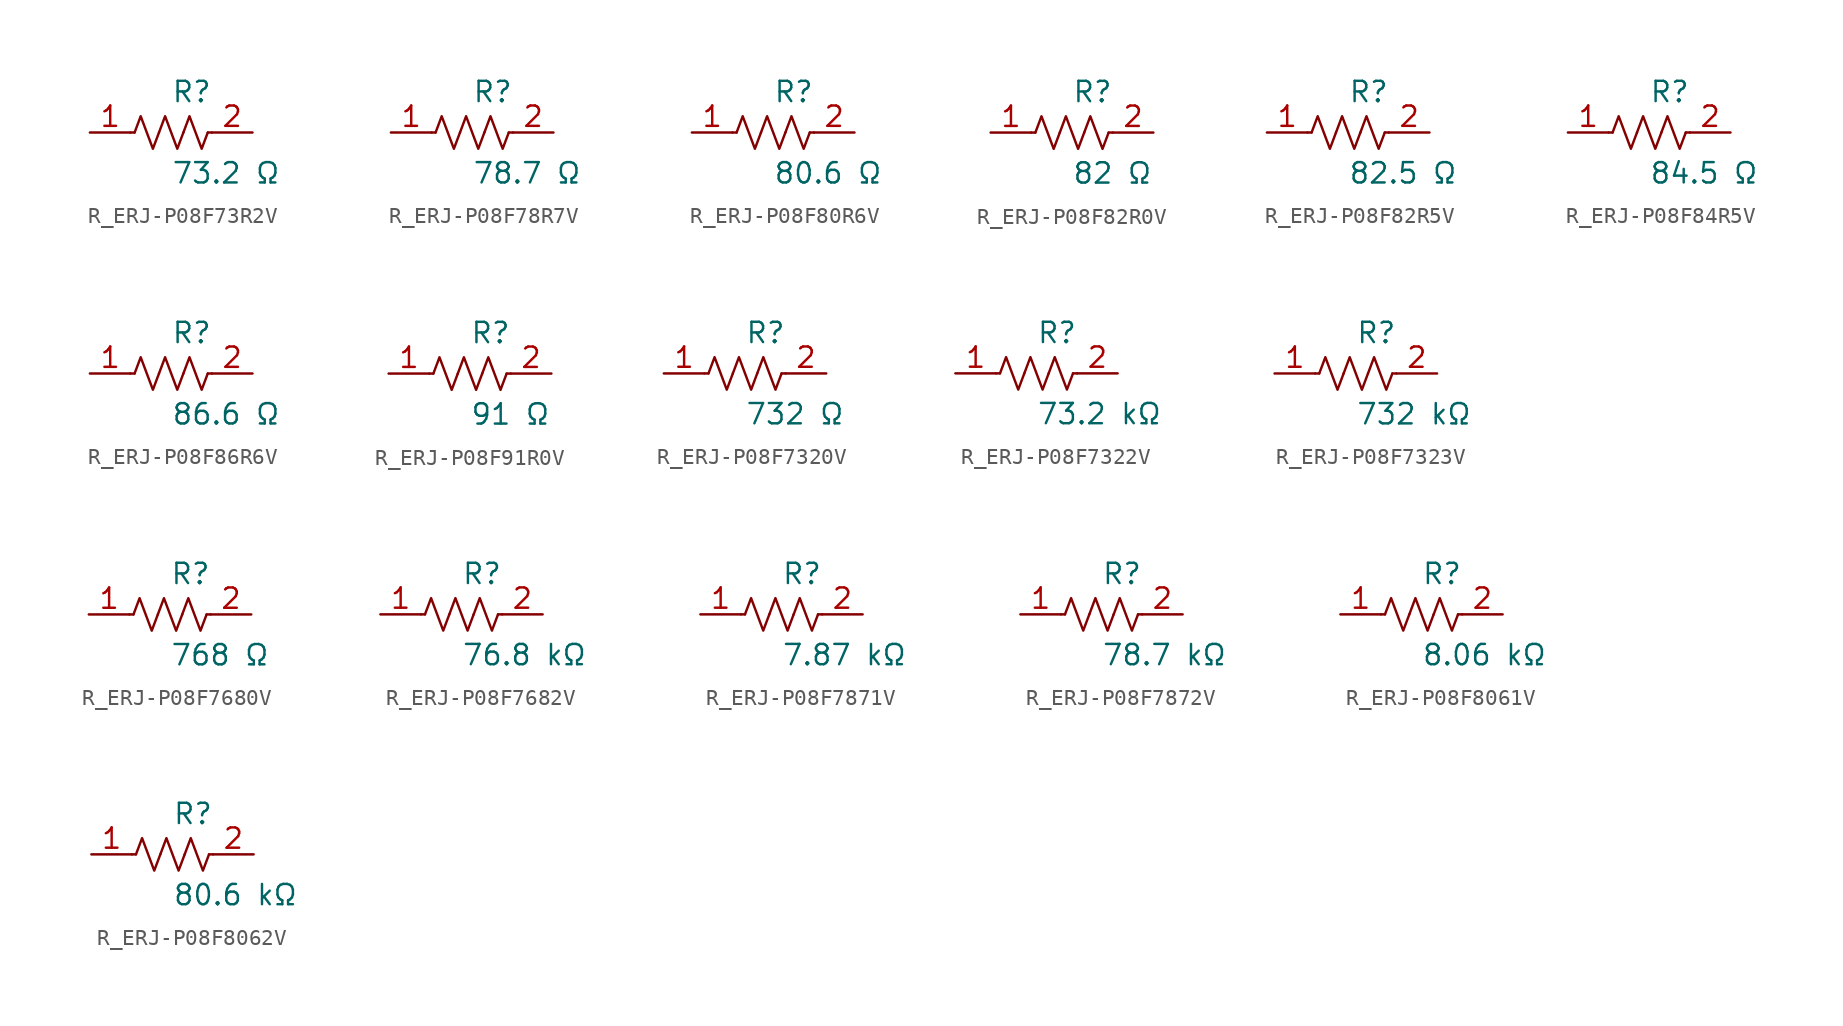
<source format=kicad_sym>
(kicad_symbol_lib
  (version 20231120)
  (generator kicad_symbol_editor)
  (generator_version 8.0)
  (symbol "R_ERJ-P08F73R2V"
    (pin_names
      (offset 0.254))
    (property "Reference" "R"
      (at 0.0 2.54 0)
      (effects (font (size 1.27 1.27)) (justify left)))
    (property "Value" "73.2 Ω"
      (at 0.0 -2.54 0)
      (effects (font (size 1.27 1.27)) (justify left)))
    (symbol "R_ERJ-P08F73R2V_0_1"
      (polyline (pts (xy 2.286 0) (xy 2.54 0)) (stroke (width 0) (type default)) (fill (type none)))
      (polyline (pts (xy -2.286 0) (xy -2.54 0)) (stroke (width 0) (type default)) (fill (type none)))
      (polyline (pts (xy 0.762 0) (xy 1.143 1.016) (xy 1.524 0) (xy 1.905 -1.016) (xy 2.286 0)) (stroke (width 0) (type default)) (fill (type none)))
      (polyline (pts (xy -0.762 0) (xy -0.381 1.016) (xy 0 0) (xy 0.381 -1.016) (xy 0.762 0)) (stroke (width 0) (type default)) (fill (type none)))
      (polyline (pts (xy -2.286 0) (xy -1.905 1.016) (xy -1.524 0) (xy -1.143 -1.016) (xy -0.762 0)) (stroke (width 0) (type default)) (fill (type none))))
    (pin unspecified line
      (at -5.08 0 0)
      (length 2.54)
      (name "" (effects (font (size 1.27 1.27))))
      (number "1" (effects (font (size 1.27 1.27)))))
    (pin unspecified line
      (at 5.08 0 180)
      (length 2.54)
      (name "" (effects (font (size 1.27 1.27))))
      (number "2" (effects (font (size 1.27 1.27))))))
  (symbol "R_ERJ-P08F78R7V"
    (pin_names
      (offset 0.254))
    (property "Reference" "R"
      (at 0.0 2.54 0)
      (effects (font (size 1.27 1.27)) (justify left)))
    (property "Value" "78.7 Ω"
      (at 0.0 -2.54 0)
      (effects (font (size 1.27 1.27)) (justify left)))
    (symbol "R_ERJ-P08F78R7V_0_1"
      (polyline (pts (xy 2.286 0) (xy 2.54 0)) (stroke (width 0) (type default)) (fill (type none)))
      (polyline (pts (xy -2.286 0) (xy -2.54 0)) (stroke (width 0) (type default)) (fill (type none)))
      (polyline (pts (xy 0.762 0) (xy 1.143 1.016) (xy 1.524 0) (xy 1.905 -1.016) (xy 2.286 0)) (stroke (width 0) (type default)) (fill (type none)))
      (polyline (pts (xy -0.762 0) (xy -0.381 1.016) (xy 0 0) (xy 0.381 -1.016) (xy 0.762 0)) (stroke (width 0) (type default)) (fill (type none)))
      (polyline (pts (xy -2.286 0) (xy -1.905 1.016) (xy -1.524 0) (xy -1.143 -1.016) (xy -0.762 0)) (stroke (width 0) (type default)) (fill (type none))))
    (pin unspecified line
      (at -5.08 0 0)
      (length 2.54)
      (name "" (effects (font (size 1.27 1.27))))
      (number "1" (effects (font (size 1.27 1.27)))))
    (pin unspecified line
      (at 5.08 0 180)
      (length 2.54)
      (name "" (effects (font (size 1.27 1.27))))
      (number "2" (effects (font (size 1.27 1.27))))))
  (symbol "R_ERJ-P08F80R6V"
    (pin_names
      (offset 0.254))
    (property "Reference" "R"
      (at 0.0 2.54 0)
      (effects (font (size 1.27 1.27)) (justify left)))
    (property "Value" "80.6 Ω"
      (at 0.0 -2.54 0)
      (effects (font (size 1.27 1.27)) (justify left)))
    (symbol "R_ERJ-P08F80R6V_0_1"
      (polyline (pts (xy 2.286 0) (xy 2.54 0)) (stroke (width 0) (type default)) (fill (type none)))
      (polyline (pts (xy -2.286 0) (xy -2.54 0)) (stroke (width 0) (type default)) (fill (type none)))
      (polyline (pts (xy 0.762 0) (xy 1.143 1.016) (xy 1.524 0) (xy 1.905 -1.016) (xy 2.286 0)) (stroke (width 0) (type default)) (fill (type none)))
      (polyline (pts (xy -0.762 0) (xy -0.381 1.016) (xy 0 0) (xy 0.381 -1.016) (xy 0.762 0)) (stroke (width 0) (type default)) (fill (type none)))
      (polyline (pts (xy -2.286 0) (xy -1.905 1.016) (xy -1.524 0) (xy -1.143 -1.016) (xy -0.762 0)) (stroke (width 0) (type default)) (fill (type none))))
    (pin unspecified line
      (at -5.08 0 0)
      (length 2.54)
      (name "" (effects (font (size 1.27 1.27))))
      (number "1" (effects (font (size 1.27 1.27)))))
    (pin unspecified line
      (at 5.08 0 180)
      (length 2.54)
      (name "" (effects (font (size 1.27 1.27))))
      (number "2" (effects (font (size 1.27 1.27))))))
  (symbol "R_ERJ-P08F82R0V"
    (pin_names
      (offset 0.254))
    (property "Reference" "R"
      (at 0.0 2.54 0)
      (effects (font (size 1.27 1.27)) (justify left)))
    (property "Value" "82 Ω"
      (at 0.0 -2.54 0)
      (effects (font (size 1.27 1.27)) (justify left)))
    (symbol "R_ERJ-P08F82R0V_0_1"
      (polyline (pts (xy 2.286 0) (xy 2.54 0)) (stroke (width 0) (type default)) (fill (type none)))
      (polyline (pts (xy -2.286 0) (xy -2.54 0)) (stroke (width 0) (type default)) (fill (type none)))
      (polyline (pts (xy 0.762 0) (xy 1.143 1.016) (xy 1.524 0) (xy 1.905 -1.016) (xy 2.286 0)) (stroke (width 0) (type default)) (fill (type none)))
      (polyline (pts (xy -0.762 0) (xy -0.381 1.016) (xy 0 0) (xy 0.381 -1.016) (xy 0.762 0)) (stroke (width 0) (type default)) (fill (type none)))
      (polyline (pts (xy -2.286 0) (xy -1.905 1.016) (xy -1.524 0) (xy -1.143 -1.016) (xy -0.762 0)) (stroke (width 0) (type default)) (fill (type none))))
    (pin unspecified line
      (at -5.08 0 0)
      (length 2.54)
      (name "" (effects (font (size 1.27 1.27))))
      (number "1" (effects (font (size 1.27 1.27)))))
    (pin unspecified line
      (at 5.08 0 180)
      (length 2.54)
      (name "" (effects (font (size 1.27 1.27))))
      (number "2" (effects (font (size 1.27 1.27))))))
  (symbol "R_ERJ-P08F82R5V"
    (pin_names
      (offset 0.254))
    (property "Reference" "R"
      (at 0.0 2.54 0)
      (effects (font (size 1.27 1.27)) (justify left)))
    (property "Value" "82.5 Ω"
      (at 0.0 -2.54 0)
      (effects (font (size 1.27 1.27)) (justify left)))
    (symbol "R_ERJ-P08F82R5V_0_1"
      (polyline (pts (xy 2.286 0) (xy 2.54 0)) (stroke (width 0) (type default)) (fill (type none)))
      (polyline (pts (xy -2.286 0) (xy -2.54 0)) (stroke (width 0) (type default)) (fill (type none)))
      (polyline (pts (xy 0.762 0) (xy 1.143 1.016) (xy 1.524 0) (xy 1.905 -1.016) (xy 2.286 0)) (stroke (width 0) (type default)) (fill (type none)))
      (polyline (pts (xy -0.762 0) (xy -0.381 1.016) (xy 0 0) (xy 0.381 -1.016) (xy 0.762 0)) (stroke (width 0) (type default)) (fill (type none)))
      (polyline (pts (xy -2.286 0) (xy -1.905 1.016) (xy -1.524 0) (xy -1.143 -1.016) (xy -0.762 0)) (stroke (width 0) (type default)) (fill (type none))))
    (pin unspecified line
      (at -5.08 0 0)
      (length 2.54)
      (name "" (effects (font (size 1.27 1.27))))
      (number "1" (effects (font (size 1.27 1.27)))))
    (pin unspecified line
      (at 5.08 0 180)
      (length 2.54)
      (name "" (effects (font (size 1.27 1.27))))
      (number "2" (effects (font (size 1.27 1.27))))))
  (symbol "R_ERJ-P08F84R5V"
    (pin_names
      (offset 0.254))
    (property "Reference" "R"
      (at 0.0 2.54 0)
      (effects (font (size 1.27 1.27)) (justify left)))
    (property "Value" "84.5 Ω"
      (at 0.0 -2.54 0)
      (effects (font (size 1.27 1.27)) (justify left)))
    (symbol "R_ERJ-P08F84R5V_0_1"
      (polyline (pts (xy 2.286 0) (xy 2.54 0)) (stroke (width 0) (type default)) (fill (type none)))
      (polyline (pts (xy -2.286 0) (xy -2.54 0)) (stroke (width 0) (type default)) (fill (type none)))
      (polyline (pts (xy 0.762 0) (xy 1.143 1.016) (xy 1.524 0) (xy 1.905 -1.016) (xy 2.286 0)) (stroke (width 0) (type default)) (fill (type none)))
      (polyline (pts (xy -0.762 0) (xy -0.381 1.016) (xy 0 0) (xy 0.381 -1.016) (xy 0.762 0)) (stroke (width 0) (type default)) (fill (type none)))
      (polyline (pts (xy -2.286 0) (xy -1.905 1.016) (xy -1.524 0) (xy -1.143 -1.016) (xy -0.762 0)) (stroke (width 0) (type default)) (fill (type none))))
    (pin unspecified line
      (at -5.08 0 0)
      (length 2.54)
      (name "" (effects (font (size 1.27 1.27))))
      (number "1" (effects (font (size 1.27 1.27)))))
    (pin unspecified line
      (at 5.08 0 180)
      (length 2.54)
      (name "" (effects (font (size 1.27 1.27))))
      (number "2" (effects (font (size 1.27 1.27))))))
  (symbol "R_ERJ-P08F86R6V"
    (pin_names
      (offset 0.254))
    (property "Reference" "R"
      (at 0.0 2.54 0)
      (effects (font (size 1.27 1.27)) (justify left)))
    (property "Value" "86.6 Ω"
      (at 0.0 -2.54 0)
      (effects (font (size 1.27 1.27)) (justify left)))
    (symbol "R_ERJ-P08F86R6V_0_1"
      (polyline (pts (xy 2.286 0) (xy 2.54 0)) (stroke (width 0) (type default)) (fill (type none)))
      (polyline (pts (xy -2.286 0) (xy -2.54 0)) (stroke (width 0) (type default)) (fill (type none)))
      (polyline (pts (xy 0.762 0) (xy 1.143 1.016) (xy 1.524 0) (xy 1.905 -1.016) (xy 2.286 0)) (stroke (width 0) (type default)) (fill (type none)))
      (polyline (pts (xy -0.762 0) (xy -0.381 1.016) (xy 0 0) (xy 0.381 -1.016) (xy 0.762 0)) (stroke (width 0) (type default)) (fill (type none)))
      (polyline (pts (xy -2.286 0) (xy -1.905 1.016) (xy -1.524 0) (xy -1.143 -1.016) (xy -0.762 0)) (stroke (width 0) (type default)) (fill (type none))))
    (pin unspecified line
      (at -5.08 0 0)
      (length 2.54)
      (name "" (effects (font (size 1.27 1.27))))
      (number "1" (effects (font (size 1.27 1.27)))))
    (pin unspecified line
      (at 5.08 0 180)
      (length 2.54)
      (name "" (effects (font (size 1.27 1.27))))
      (number "2" (effects (font (size 1.27 1.27))))))
  (symbol "R_ERJ-P08F91R0V"
    (pin_names
      (offset 0.254))
    (property "Reference" "R"
      (at 0.0 2.54 0)
      (effects (font (size 1.27 1.27)) (justify left)))
    (property "Value" "91 Ω"
      (at 0.0 -2.54 0)
      (effects (font (size 1.27 1.27)) (justify left)))
    (symbol "R_ERJ-P08F91R0V_0_1"
      (polyline (pts (xy 2.286 0) (xy 2.54 0)) (stroke (width 0) (type default)) (fill (type none)))
      (polyline (pts (xy -2.286 0) (xy -2.54 0)) (stroke (width 0) (type default)) (fill (type none)))
      (polyline (pts (xy 0.762 0) (xy 1.143 1.016) (xy 1.524 0) (xy 1.905 -1.016) (xy 2.286 0)) (stroke (width 0) (type default)) (fill (type none)))
      (polyline (pts (xy -0.762 0) (xy -0.381 1.016) (xy 0 0) (xy 0.381 -1.016) (xy 0.762 0)) (stroke (width 0) (type default)) (fill (type none)))
      (polyline (pts (xy -2.286 0) (xy -1.905 1.016) (xy -1.524 0) (xy -1.143 -1.016) (xy -0.762 0)) (stroke (width 0) (type default)) (fill (type none))))
    (pin unspecified line
      (at -5.08 0 0)
      (length 2.54)
      (name "" (effects (font (size 1.27 1.27))))
      (number "1" (effects (font (size 1.27 1.27)))))
    (pin unspecified line
      (at 5.08 0 180)
      (length 2.54)
      (name "" (effects (font (size 1.27 1.27))))
      (number "2" (effects (font (size 1.27 1.27))))))
  (symbol "R_ERJ-P08F7320V"
    (pin_names
      (offset 0.254))
    (property "Reference" "R"
      (at 0.0 2.54 0)
      (effects (font (size 1.27 1.27)) (justify left)))
    (property "Value" "732 Ω"
      (at 0.0 -2.54 0)
      (effects (font (size 1.27 1.27)) (justify left)))
    (symbol "R_ERJ-P08F7320V_0_1"
      (polyline (pts (xy 2.286 0) (xy 2.54 0)) (stroke (width 0) (type default)) (fill (type none)))
      (polyline (pts (xy -2.286 0) (xy -2.54 0)) (stroke (width 0) (type default)) (fill (type none)))
      (polyline (pts (xy 0.762 0) (xy 1.143 1.016) (xy 1.524 0) (xy 1.905 -1.016) (xy 2.286 0)) (stroke (width 0) (type default)) (fill (type none)))
      (polyline (pts (xy -0.762 0) (xy -0.381 1.016) (xy 0 0) (xy 0.381 -1.016) (xy 0.762 0)) (stroke (width 0) (type default)) (fill (type none)))
      (polyline (pts (xy -2.286 0) (xy -1.905 1.016) (xy -1.524 0) (xy -1.143 -1.016) (xy -0.762 0)) (stroke (width 0) (type default)) (fill (type none))))
    (pin unspecified line
      (at -5.08 0 0)
      (length 2.54)
      (name "" (effects (font (size 1.27 1.27))))
      (number "1" (effects (font (size 1.27 1.27)))))
    (pin unspecified line
      (at 5.08 0 180)
      (length 2.54)
      (name "" (effects (font (size 1.27 1.27))))
      (number "2" (effects (font (size 1.27 1.27))))))
  (symbol "R_ERJ-P08F7322V"
    (pin_names
      (offset 0.254))
    (property "Reference" "R"
      (at 0.0 2.54 0)
      (effects (font (size 1.27 1.27)) (justify left)))
    (property "Value" "73.2 kΩ"
      (at 0.0 -2.54 0)
      (effects (font (size 1.27 1.27)) (justify left)))
    (symbol "R_ERJ-P08F7322V_0_1"
      (polyline (pts (xy 2.286 0) (xy 2.54 0)) (stroke (width 0) (type default)) (fill (type none)))
      (polyline (pts (xy -2.286 0) (xy -2.54 0)) (stroke (width 0) (type default)) (fill (type none)))
      (polyline (pts (xy 0.762 0) (xy 1.143 1.016) (xy 1.524 0) (xy 1.905 -1.016) (xy 2.286 0)) (stroke (width 0) (type default)) (fill (type none)))
      (polyline (pts (xy -0.762 0) (xy -0.381 1.016) (xy 0 0) (xy 0.381 -1.016) (xy 0.762 0)) (stroke (width 0) (type default)) (fill (type none)))
      (polyline (pts (xy -2.286 0) (xy -1.905 1.016) (xy -1.524 0) (xy -1.143 -1.016) (xy -0.762 0)) (stroke (width 0) (type default)) (fill (type none))))
    (pin unspecified line
      (at -5.08 0 0)
      (length 2.54)
      (name "" (effects (font (size 1.27 1.27))))
      (number "1" (effects (font (size 1.27 1.27)))))
    (pin unspecified line
      (at 5.08 0 180)
      (length 2.54)
      (name "" (effects (font (size 1.27 1.27))))
      (number "2" (effects (font (size 1.27 1.27))))))
  (symbol "R_ERJ-P08F7323V"
    (pin_names
      (offset 0.254))
    (property "Reference" "R"
      (at 0.0 2.54 0)
      (effects (font (size 1.27 1.27)) (justify left)))
    (property "Value" "732 kΩ"
      (at 0.0 -2.54 0)
      (effects (font (size 1.27 1.27)) (justify left)))
    (symbol "R_ERJ-P08F7323V_0_1"
      (polyline (pts (xy 2.286 0) (xy 2.54 0)) (stroke (width 0) (type default)) (fill (type none)))
      (polyline (pts (xy -2.286 0) (xy -2.54 0)) (stroke (width 0) (type default)) (fill (type none)))
      (polyline (pts (xy 0.762 0) (xy 1.143 1.016) (xy 1.524 0) (xy 1.905 -1.016) (xy 2.286 0)) (stroke (width 0) (type default)) (fill (type none)))
      (polyline (pts (xy -0.762 0) (xy -0.381 1.016) (xy 0 0) (xy 0.381 -1.016) (xy 0.762 0)) (stroke (width 0) (type default)) (fill (type none)))
      (polyline (pts (xy -2.286 0) (xy -1.905 1.016) (xy -1.524 0) (xy -1.143 -1.016) (xy -0.762 0)) (stroke (width 0) (type default)) (fill (type none))))
    (pin unspecified line
      (at -5.08 0 0)
      (length 2.54)
      (name "" (effects (font (size 1.27 1.27))))
      (number "1" (effects (font (size 1.27 1.27)))))
    (pin unspecified line
      (at 5.08 0 180)
      (length 2.54)
      (name "" (effects (font (size 1.27 1.27))))
      (number "2" (effects (font (size 1.27 1.27))))))
  (symbol "R_ERJ-P08F7680V"
    (pin_names
      (offset 0.254))
    (property "Reference" "R"
      (at 0.0 2.54 0)
      (effects (font (size 1.27 1.27)) (justify left)))
    (property "Value" "768 Ω"
      (at 0.0 -2.54 0)
      (effects (font (size 1.27 1.27)) (justify left)))
    (symbol "R_ERJ-P08F7680V_0_1"
      (polyline (pts (xy 2.286 0) (xy 2.54 0)) (stroke (width 0) (type default)) (fill (type none)))
      (polyline (pts (xy -2.286 0) (xy -2.54 0)) (stroke (width 0) (type default)) (fill (type none)))
      (polyline (pts (xy 0.762 0) (xy 1.143 1.016) (xy 1.524 0) (xy 1.905 -1.016) (xy 2.286 0)) (stroke (width 0) (type default)) (fill (type none)))
      (polyline (pts (xy -0.762 0) (xy -0.381 1.016) (xy 0 0) (xy 0.381 -1.016) (xy 0.762 0)) (stroke (width 0) (type default)) (fill (type none)))
      (polyline (pts (xy -2.286 0) (xy -1.905 1.016) (xy -1.524 0) (xy -1.143 -1.016) (xy -0.762 0)) (stroke (width 0) (type default)) (fill (type none))))
    (pin unspecified line
      (at -5.08 0 0)
      (length 2.54)
      (name "" (effects (font (size 1.27 1.27))))
      (number "1" (effects (font (size 1.27 1.27)))))
    (pin unspecified line
      (at 5.08 0 180)
      (length 2.54)
      (name "" (effects (font (size 1.27 1.27))))
      (number "2" (effects (font (size 1.27 1.27))))))
  (symbol "R_ERJ-P08F7682V"
    (pin_names
      (offset 0.254))
    (property "Reference" "R"
      (at 0.0 2.54 0)
      (effects (font (size 1.27 1.27)) (justify left)))
    (property "Value" "76.8 kΩ"
      (at 0.0 -2.54 0)
      (effects (font (size 1.27 1.27)) (justify left)))
    (symbol "R_ERJ-P08F7682V_0_1"
      (polyline (pts (xy 2.286 0) (xy 2.54 0)) (stroke (width 0) (type default)) (fill (type none)))
      (polyline (pts (xy -2.286 0) (xy -2.54 0)) (stroke (width 0) (type default)) (fill (type none)))
      (polyline (pts (xy 0.762 0) (xy 1.143 1.016) (xy 1.524 0) (xy 1.905 -1.016) (xy 2.286 0)) (stroke (width 0) (type default)) (fill (type none)))
      (polyline (pts (xy -0.762 0) (xy -0.381 1.016) (xy 0 0) (xy 0.381 -1.016) (xy 0.762 0)) (stroke (width 0) (type default)) (fill (type none)))
      (polyline (pts (xy -2.286 0) (xy -1.905 1.016) (xy -1.524 0) (xy -1.143 -1.016) (xy -0.762 0)) (stroke (width 0) (type default)) (fill (type none))))
    (pin unspecified line
      (at -5.08 0 0)
      (length 2.54)
      (name "" (effects (font (size 1.27 1.27))))
      (number "1" (effects (font (size 1.27 1.27)))))
    (pin unspecified line
      (at 5.08 0 180)
      (length 2.54)
      (name "" (effects (font (size 1.27 1.27))))
      (number "2" (effects (font (size 1.27 1.27))))))
  (symbol "R_ERJ-P08F7871V"
    (pin_names
      (offset 0.254))
    (property "Reference" "R"
      (at 0.0 2.54 0)
      (effects (font (size 1.27 1.27)) (justify left)))
    (property "Value" "7.87 kΩ"
      (at 0.0 -2.54 0)
      (effects (font (size 1.27 1.27)) (justify left)))
    (symbol "R_ERJ-P08F7871V_0_1"
      (polyline (pts (xy 2.286 0) (xy 2.54 0)) (stroke (width 0) (type default)) (fill (type none)))
      (polyline (pts (xy -2.286 0) (xy -2.54 0)) (stroke (width 0) (type default)) (fill (type none)))
      (polyline (pts (xy 0.762 0) (xy 1.143 1.016) (xy 1.524 0) (xy 1.905 -1.016) (xy 2.286 0)) (stroke (width 0) (type default)) (fill (type none)))
      (polyline (pts (xy -0.762 0) (xy -0.381 1.016) (xy 0 0) (xy 0.381 -1.016) (xy 0.762 0)) (stroke (width 0) (type default)) (fill (type none)))
      (polyline (pts (xy -2.286 0) (xy -1.905 1.016) (xy -1.524 0) (xy -1.143 -1.016) (xy -0.762 0)) (stroke (width 0) (type default)) (fill (type none))))
    (pin unspecified line
      (at -5.08 0 0)
      (length 2.54)
      (name "" (effects (font (size 1.27 1.27))))
      (number "1" (effects (font (size 1.27 1.27)))))
    (pin unspecified line
      (at 5.08 0 180)
      (length 2.54)
      (name "" (effects (font (size 1.27 1.27))))
      (number "2" (effects (font (size 1.27 1.27))))))
  (symbol "R_ERJ-P08F7872V"
    (pin_names
      (offset 0.254))
    (property "Reference" "R"
      (at 0.0 2.54 0)
      (effects (font (size 1.27 1.27)) (justify left)))
    (property "Value" "78.7 kΩ"
      (at 0.0 -2.54 0)
      (effects (font (size 1.27 1.27)) (justify left)))
    (symbol "R_ERJ-P08F7872V_0_1"
      (polyline (pts (xy 2.286 0) (xy 2.54 0)) (stroke (width 0) (type default)) (fill (type none)))
      (polyline (pts (xy -2.286 0) (xy -2.54 0)) (stroke (width 0) (type default)) (fill (type none)))
      (polyline (pts (xy 0.762 0) (xy 1.143 1.016) (xy 1.524 0) (xy 1.905 -1.016) (xy 2.286 0)) (stroke (width 0) (type default)) (fill (type none)))
      (polyline (pts (xy -0.762 0) (xy -0.381 1.016) (xy 0 0) (xy 0.381 -1.016) (xy 0.762 0)) (stroke (width 0) (type default)) (fill (type none)))
      (polyline (pts (xy -2.286 0) (xy -1.905 1.016) (xy -1.524 0) (xy -1.143 -1.016) (xy -0.762 0)) (stroke (width 0) (type default)) (fill (type none))))
    (pin unspecified line
      (at -5.08 0 0)
      (length 2.54)
      (name "" (effects (font (size 1.27 1.27))))
      (number "1" (effects (font (size 1.27 1.27)))))
    (pin unspecified line
      (at 5.08 0 180)
      (length 2.54)
      (name "" (effects (font (size 1.27 1.27))))
      (number "2" (effects (font (size 1.27 1.27))))))
  (symbol "R_ERJ-P08F8061V"
    (pin_names
      (offset 0.254))
    (property "Reference" "R"
      (at 0.0 2.54 0)
      (effects (font (size 1.27 1.27)) (justify left)))
    (property "Value" "8.06 kΩ"
      (at 0.0 -2.54 0)
      (effects (font (size 1.27 1.27)) (justify left)))
    (symbol "R_ERJ-P08F8061V_0_1"
      (polyline (pts (xy 2.286 0) (xy 2.54 0)) (stroke (width 0) (type default)) (fill (type none)))
      (polyline (pts (xy -2.286 0) (xy -2.54 0)) (stroke (width 0) (type default)) (fill (type none)))
      (polyline (pts (xy 0.762 0) (xy 1.143 1.016) (xy 1.524 0) (xy 1.905 -1.016) (xy 2.286 0)) (stroke (width 0) (type default)) (fill (type none)))
      (polyline (pts (xy -0.762 0) (xy -0.381 1.016) (xy 0 0) (xy 0.381 -1.016) (xy 0.762 0)) (stroke (width 0) (type default)) (fill (type none)))
      (polyline (pts (xy -2.286 0) (xy -1.905 1.016) (xy -1.524 0) (xy -1.143 -1.016) (xy -0.762 0)) (stroke (width 0) (type default)) (fill (type none))))
    (pin unspecified line
      (at -5.08 0 0)
      (length 2.54)
      (name "" (effects (font (size 1.27 1.27))))
      (number "1" (effects (font (size 1.27 1.27)))))
    (pin unspecified line
      (at 5.08 0 180)
      (length 2.54)
      (name "" (effects (font (size 1.27 1.27))))
      (number "2" (effects (font (size 1.27 1.27))))))
  (symbol "R_ERJ-P08F8062V"
    (pin_names
      (offset 0.254))
    (property "Reference" "R"
      (at 0.0 2.54 0)
      (effects (font (size 1.27 1.27)) (justify left)))
    (property "Value" "80.6 kΩ"
      (at 0.0 -2.54 0)
      (effects (font (size 1.27 1.27)) (justify left)))
    (symbol "R_ERJ-P08F8062V_0_1"
      (polyline (pts (xy 2.286 0) (xy 2.54 0)) (stroke (width 0) (type default)) (fill (type none)))
      (polyline (pts (xy -2.286 0) (xy -2.54 0)) (stroke (width 0) (type default)) (fill (type none)))
      (polyline (pts (xy 0.762 0) (xy 1.143 1.016) (xy 1.524 0) (xy 1.905 -1.016) (xy 2.286 0)) (stroke (width 0) (type default)) (fill (type none)))
      (polyline (pts (xy -0.762 0) (xy -0.381 1.016) (xy 0 0) (xy 0.381 -1.016) (xy 0.762 0)) (stroke (width 0) (type default)) (fill (type none)))
      (polyline (pts (xy -2.286 0) (xy -1.905 1.016) (xy -1.524 0) (xy -1.143 -1.016) (xy -0.762 0)) (stroke (width 0) (type default)) (fill (type none))))
    (pin unspecified line
      (at -5.08 0 0)
      (length 2.54)
      (name "" (effects (font (size 1.27 1.27))))
      (number "1" (effects (font (size 1.27 1.27)))))
    (pin unspecified line
      (at 5.08 0 180)
      (length 2.54)
      (name "" (effects (font (size 1.27 1.27))))
      (number "2" (effects (font (size 1.27 1.27)))))))
</source>
